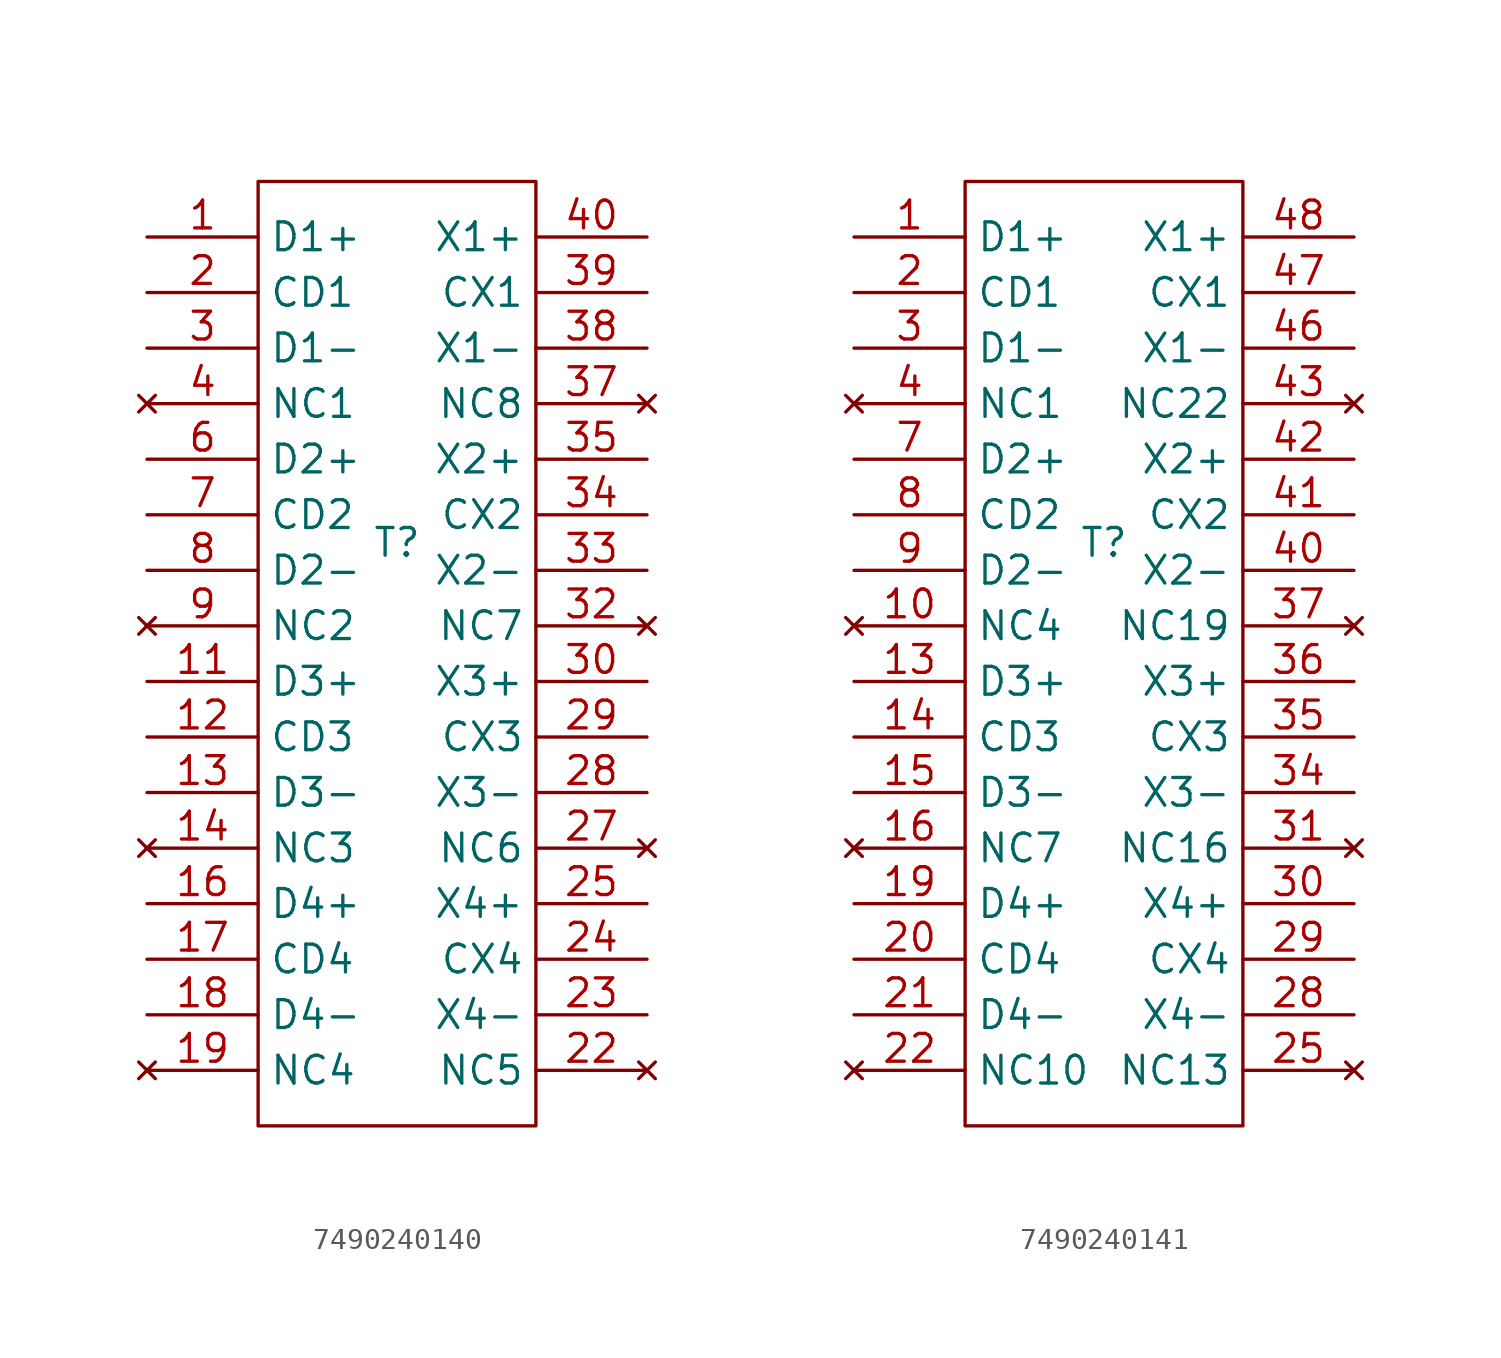
<source format=kicad_sym>
(kicad_symbol_lib
  (version 20220914)
  (generator kicad_symbol_editor)
  (symbol "7490240140"
    (property "Reference" "T"
      (at 0 5.08 0)
      (effects (font (size 1.27 1.27))))
    (property "Critical Parameter" ""
      (at 0 -5.08 0)
      (effects (font (size 1.27 1.27)) (justify left)))
    (symbol "7490240140_0_1"
      (rectangle (start -6.35 21.59) (end 6.35 -21.59) (stroke (width 0) (type default)) (fill (type none))))
    (symbol "7490240140_1_1"
      (pin passive line (at -11.43 19.05 0) (length 5.08) (name "D1+" (effects (font (size 1.27 1.27)))) (number "1" (effects (font (size 1.27 1.27)))))
      (pin passive line (at -11.43 -1.27 0) (length 5.08) (name "D3+" (effects (font (size 1.27 1.27)))) (number "11" (effects (font (size 1.27 1.27)))))
      (pin passive line (at -11.43 -3.81 0) (length 5.08) (name "CD3" (effects (font (size 1.27 1.27)))) (number "12" (effects (font (size 1.27 1.27)))))
      (pin passive line (at -11.43 -6.35 0) (length 5.08) (name "D3-" (effects (font (size 1.27 1.27)))) (number "13" (effects (font (size 1.27 1.27)))))
      (pin no_connect line (at -11.43 -8.89 0) (length 5.08) (name "NC3" (effects (font (size 1.27 1.27)))) (number "14" (effects (font (size 1.27 1.27)))))
      (pin passive line (at -11.43 -11.43 0) (length 5.08) (name "D4+" (effects (font (size 1.27 1.27)))) (number "16" (effects (font (size 1.27 1.27)))))
      (pin passive line (at -11.43 -13.97 0) (length 5.08) (name "CD4" (effects (font (size 1.27 1.27)))) (number "17" (effects (font (size 1.27 1.27)))))
      (pin passive line (at -11.43 -16.51 0) (length 5.08) (name "D4-" (effects (font (size 1.27 1.27)))) (number "18" (effects (font (size 1.27 1.27)))))
      (pin no_connect line (at -11.43 -19.05 0) (length 5.08) (name "NC4" (effects (font (size 1.27 1.27)))) (number "19" (effects (font (size 1.27 1.27)))))
      (pin passive line (at -11.43 16.51 0) (length 5.08) (name "CD1" (effects (font (size 1.27 1.27)))) (number "2" (effects (font (size 1.27 1.27)))))
      (pin no_connect line (at 11.43 -19.05 180) (length 5.08) (name "NC5" (effects (font (size 1.27 1.27)))) (number "22" (effects (font (size 1.27 1.27)))))
      (pin passive line (at 11.43 -16.51 180) (length 5.08) (name "X4-" (effects (font (size 1.27 1.27)))) (number "23" (effects (font (size 1.27 1.27)))))
      (pin passive line (at 11.43 -13.97 180) (length 5.08) (name "CX4" (effects (font (size 1.27 1.27)))) (number "24" (effects (font (size 1.27 1.27)))))
      (pin passive line (at 11.43 -11.43 180) (length 5.08) (name "X4+" (effects (font (size 1.27 1.27)))) (number "25" (effects (font (size 1.27 1.27)))))
      (pin no_connect line (at 11.43 -8.89 180) (length 5.08) (name "NC6" (effects (font (size 1.27 1.27)))) (number "27" (effects (font (size 1.27 1.27)))))
      (pin passive line (at 11.43 -6.35 180) (length 5.08) (name "X3-" (effects (font (size 1.27 1.27)))) (number "28" (effects (font (size 1.27 1.27)))))
      (pin passive line (at 11.43 -3.81 180) (length 5.08) (name "CX3" (effects (font (size 1.27 1.27)))) (number "29" (effects (font (size 1.27 1.27)))))
      (pin passive line (at -11.43 13.97 0) (length 5.08) (name "D1-" (effects (font (size 1.27 1.27)))) (number "3" (effects (font (size 1.27 1.27)))))
      (pin passive line (at 11.43 -1.27 180) (length 5.08) (name "X3+" (effects (font (size 1.27 1.27)))) (number "30" (effects (font (size 1.27 1.27)))))
      (pin no_connect line (at 11.43 1.27 180) (length 5.08) (name "NC7" (effects (font (size 1.27 1.27)))) (number "32" (effects (font (size 1.27 1.27)))))
      (pin passive line (at 11.43 3.81 180) (length 5.08) (name "X2-" (effects (font (size 1.27 1.27)))) (number "33" (effects (font (size 1.27 1.27)))))
      (pin passive line (at 11.43 6.35 180) (length 5.08) (name "CX2" (effects (font (size 1.27 1.27)))) (number "34" (effects (font (size 1.27 1.27)))))
      (pin passive line (at 11.43 8.89 180) (length 5.08) (name "X2+" (effects (font (size 1.27 1.27)))) (number "35" (effects (font (size 1.27 1.27)))))
      (pin no_connect line (at 11.43 11.43 180) (length 5.08) (name "NC8" (effects (font (size 1.27 1.27)))) (number "37" (effects (font (size 1.27 1.27)))))
      (pin passive line (at 11.43 13.97 180) (length 5.08) (name "X1-" (effects (font (size 1.27 1.27)))) (number "38" (effects (font (size 1.27 1.27)))))
      (pin passive line (at 11.43 16.51 180) (length 5.08) (name "CX1" (effects (font (size 1.27 1.27)))) (number "39" (effects (font (size 1.27 1.27)))))
      (pin no_connect line (at -11.43 11.43 0) (length 5.08) (name "NC1" (effects (font (size 1.27 1.27)))) (number "4" (effects (font (size 1.27 1.27)))))
      (pin passive line (at 11.43 19.05 180) (length 5.08) (name "X1+" (effects (font (size 1.27 1.27)))) (number "40" (effects (font (size 1.27 1.27)))))
      (pin passive line (at -11.43 8.89 0) (length 5.08) (name "D2+" (effects (font (size 1.27 1.27)))) (number "6" (effects (font (size 1.27 1.27)))))
      (pin passive line (at -11.43 6.35 0) (length 5.08) (name "CD2" (effects (font (size 1.27 1.27)))) (number "7" (effects (font (size 1.27 1.27)))))
      (pin passive line (at -11.43 3.81 0) (length 5.08) (name "D2-" (effects (font (size 1.27 1.27)))) (number "8" (effects (font (size 1.27 1.27)))))
      (pin no_connect line (at -11.43 1.27 0) (length 5.08) (name "NC2" (effects (font (size 1.27 1.27)))) (number "9" (effects (font (size 1.27 1.27)))))))
  (symbol "7490240141"
    (property "Reference" "T"
      (at 0 5.08 0)
      (effects (font (size 1.27 1.27))))
    (property "Critical Parameter" ""
      (at 0 -5.08 0)
      (effects (font (size 1.27 1.27)) (justify left)))
    (symbol "7490240141_0_1"
      (rectangle (start -6.35 21.59) (end 6.35 -21.59) (stroke (width 0) (type default)) (fill (type none))))
    (symbol "7490240141_1_1"
      (pin passive line (at -11.43 19.05 0) (length 5.08) (name "D1+" (effects (font (size 1.27 1.27)))) (number "1" (effects (font (size 1.27 1.27)))))
      (pin no_connect line (at -11.43 1.27 0) (length 5.08) (name "NC4" (effects (font (size 1.27 1.27)))) (number "10" (effects (font (size 1.27 1.27)))))
      (pin no_connect line (at -11.43 1.27 0) (length 5.08) hide (name "NC5" (effects (font (size 1.27 1.27)))) (number "11" (effects (font (size 1.27 1.27)))))
      (pin no_connect line (at -11.43 1.27 0) (length 5.08) hide (name "NC6" (effects (font (size 1.27 1.27)))) (number "12" (effects (font (size 1.27 1.27)))))
      (pin passive line (at -11.43 -1.27 0) (length 5.08) (name "D3+" (effects (font (size 1.27 1.27)))) (number "13" (effects (font (size 1.27 1.27)))))
      (pin passive line (at -11.43 -3.81 0) (length 5.08) (name "CD3" (effects (font (size 1.27 1.27)))) (number "14" (effects (font (size 1.27 1.27)))))
      (pin passive line (at -11.43 -6.35 0) (length 5.08) (name "D3-" (effects (font (size 1.27 1.27)))) (number "15" (effects (font (size 1.27 1.27)))))
      (pin no_connect line (at -11.43 -8.89 0) (length 5.08) (name "NC7" (effects (font (size 1.27 1.27)))) (number "16" (effects (font (size 1.27 1.27)))))
      (pin no_connect line (at -11.43 -8.89 0) (length 5.08) hide (name "NC8" (effects (font (size 1.27 1.27)))) (number "17" (effects (font (size 1.27 1.27)))))
      (pin no_connect line (at -11.43 -8.89 0) (length 5.08) hide (name "NC9" (effects (font (size 1.27 1.27)))) (number "18" (effects (font (size 1.27 1.27)))))
      (pin passive line (at -11.43 -11.43 0) (length 5.08) (name "D4+" (effects (font (size 1.27 1.27)))) (number "19" (effects (font (size 1.27 1.27)))))
      (pin passive line (at -11.43 16.51 0) (length 5.08) (name "CD1" (effects (font (size 1.27 1.27)))) (number "2" (effects (font (size 1.27 1.27)))))
      (pin passive line (at -11.43 -13.97 0) (length 5.08) (name "CD4" (effects (font (size 1.27 1.27)))) (number "20" (effects (font (size 1.27 1.27)))))
      (pin passive line (at -11.43 -16.51 0) (length 5.08) (name "D4-" (effects (font (size 1.27 1.27)))) (number "21" (effects (font (size 1.27 1.27)))))
      (pin no_connect line (at -11.43 -19.05 0) (length 5.08) (name "NC10" (effects (font (size 1.27 1.27)))) (number "22" (effects (font (size 1.27 1.27)))))
      (pin no_connect line (at -11.43 -19.05 0) (length 5.08) hide (name "NC11" (effects (font (size 1.27 1.27)))) (number "23" (effects (font (size 1.27 1.27)))))
      (pin no_connect line (at -11.43 -19.05 0) (length 5.08) hide (name "NC12" (effects (font (size 1.27 1.27)))) (number "24" (effects (font (size 1.27 1.27)))))
      (pin no_connect line (at 11.43 -19.05 180) (length 5.08) (name "NC13" (effects (font (size 1.27 1.27)))) (number "25" (effects (font (size 1.27 1.27)))))
      (pin no_connect line (at 11.43 -19.05 180) (length 5.08) hide (name "NC14" (effects (font (size 1.27 1.27)))) (number "26" (effects (font (size 1.27 1.27)))))
      (pin no_connect line (at 11.43 -19.05 180) (length 5.08) hide (name "NC15" (effects (font (size 1.27 1.27)))) (number "27" (effects (font (size 1.27 1.27)))))
      (pin passive line (at 11.43 -16.51 180) (length 5.08) (name "X4-" (effects (font (size 1.27 1.27)))) (number "28" (effects (font (size 1.27 1.27)))))
      (pin passive line (at 11.43 -13.97 180) (length 5.08) (name "CX4" (effects (font (size 1.27 1.27)))) (number "29" (effects (font (size 1.27 1.27)))))
      (pin passive line (at -11.43 13.97 0) (length 5.08) (name "D1-" (effects (font (size 1.27 1.27)))) (number "3" (effects (font (size 1.27 1.27)))))
      (pin passive line (at 11.43 -11.43 180) (length 5.08) (name "X4+" (effects (font (size 1.27 1.27)))) (number "30" (effects (font (size 1.27 1.27)))))
      (pin no_connect line (at 11.43 -8.89 180) (length 5.08) (name "NC16" (effects (font (size 1.27 1.27)))) (number "31" (effects (font (size 1.27 1.27)))))
      (pin no_connect line (at 11.43 -8.89 180) (length 5.08) hide (name "NC17" (effects (font (size 1.27 1.27)))) (number "32" (effects (font (size 1.27 1.27)))))
      (pin no_connect line (at 11.43 -8.89 180) (length 5.08) hide (name "NC18" (effects (font (size 1.27 1.27)))) (number "33" (effects (font (size 1.27 1.27)))))
      (pin passive line (at 11.43 -6.35 180) (length 5.08) (name "X3-" (effects (font (size 1.27 1.27)))) (number "34" (effects (font (size 1.27 1.27)))))
      (pin passive line (at 11.43 -3.81 180) (length 5.08) (name "CX3" (effects (font (size 1.27 1.27)))) (number "35" (effects (font (size 1.27 1.27)))))
      (pin passive line (at 11.43 -1.27 180) (length 5.08) (name "X3+" (effects (font (size 1.27 1.27)))) (number "36" (effects (font (size 1.27 1.27)))))
      (pin no_connect line (at 11.43 1.27 180) (length 5.08) (name "NC19" (effects (font (size 1.27 1.27)))) (number "37" (effects (font (size 1.27 1.27)))))
      (pin no_connect line (at 11.43 1.27 180) (length 5.08) hide (name "NC20" (effects (font (size 1.27 1.27)))) (number "38" (effects (font (size 1.27 1.27)))))
      (pin no_connect line (at 11.43 1.27 180) (length 5.08) hide (name "NC21" (effects (font (size 1.27 1.27)))) (number "39" (effects (font (size 1.27 1.27)))))
      (pin no_connect line (at -11.43 11.43 0) (length 5.08) (name "NC1" (effects (font (size 1.27 1.27)))) (number "4" (effects (font (size 1.27 1.27)))))
      (pin passive line (at 11.43 3.81 180) (length 5.08) (name "X2-" (effects (font (size 1.27 1.27)))) (number "40" (effects (font (size 1.27 1.27)))))
      (pin passive line (at 11.43 6.35 180) (length 5.08) (name "CX2" (effects (font (size 1.27 1.27)))) (number "41" (effects (font (size 1.27 1.27)))))
      (pin passive line (at 11.43 8.89 180) (length 5.08) (name "X2+" (effects (font (size 1.27 1.27)))) (number "42" (effects (font (size 1.27 1.27)))))
      (pin no_connect line (at 11.43 11.43 180) (length 5.08) (name "NC22" (effects (font (size 1.27 1.27)))) (number "43" (effects (font (size 1.27 1.27)))))
      (pin no_connect line (at 11.43 11.43 180) (length 5.08) hide (name "NC23" (effects (font (size 1.27 1.27)))) (number "44" (effects (font (size 1.27 1.27)))))
      (pin no_connect line (at 11.43 11.43 180) (length 5.08) hide (name "NC24" (effects (font (size 1.27 1.27)))) (number "45" (effects (font (size 1.27 1.27)))))
      (pin passive line (at 11.43 13.97 180) (length 5.08) (name "X1-" (effects (font (size 1.27 1.27)))) (number "46" (effects (font (size 1.27 1.27)))))
      (pin passive line (at 11.43 16.51 180) (length 5.08) (name "CX1" (effects (font (size 1.27 1.27)))) (number "47" (effects (font (size 1.27 1.27)))))
      (pin passive line (at 11.43 19.05 180) (length 5.08) (name "X1+" (effects (font (size 1.27 1.27)))) (number "48" (effects (font (size 1.27 1.27)))))
      (pin no_connect line (at -11.43 11.43 0) (length 5.08) hide (name "NC2" (effects (font (size 1.27 1.27)))) (number "5" (effects (font (size 1.27 1.27)))))
      (pin no_connect line (at -11.43 11.43 0) (length 5.08) hide (name "NC3" (effects (font (size 1.27 1.27)))) (number "6" (effects (font (size 1.27 1.27)))))
      (pin passive line (at -11.43 8.89 0) (length 5.08) (name "D2+" (effects (font (size 1.27 1.27)))) (number "7" (effects (font (size 1.27 1.27)))))
      (pin passive line (at -11.43 6.35 0) (length 5.08) (name "CD2" (effects (font (size 1.27 1.27)))) (number "8" (effects (font (size 1.27 1.27)))))
      (pin passive line (at -11.43 3.81 0) (length 5.08) (name "D2-" (effects (font (size 1.27 1.27)))) (number "9" (effects (font (size 1.27 1.27))))))))
</source>
